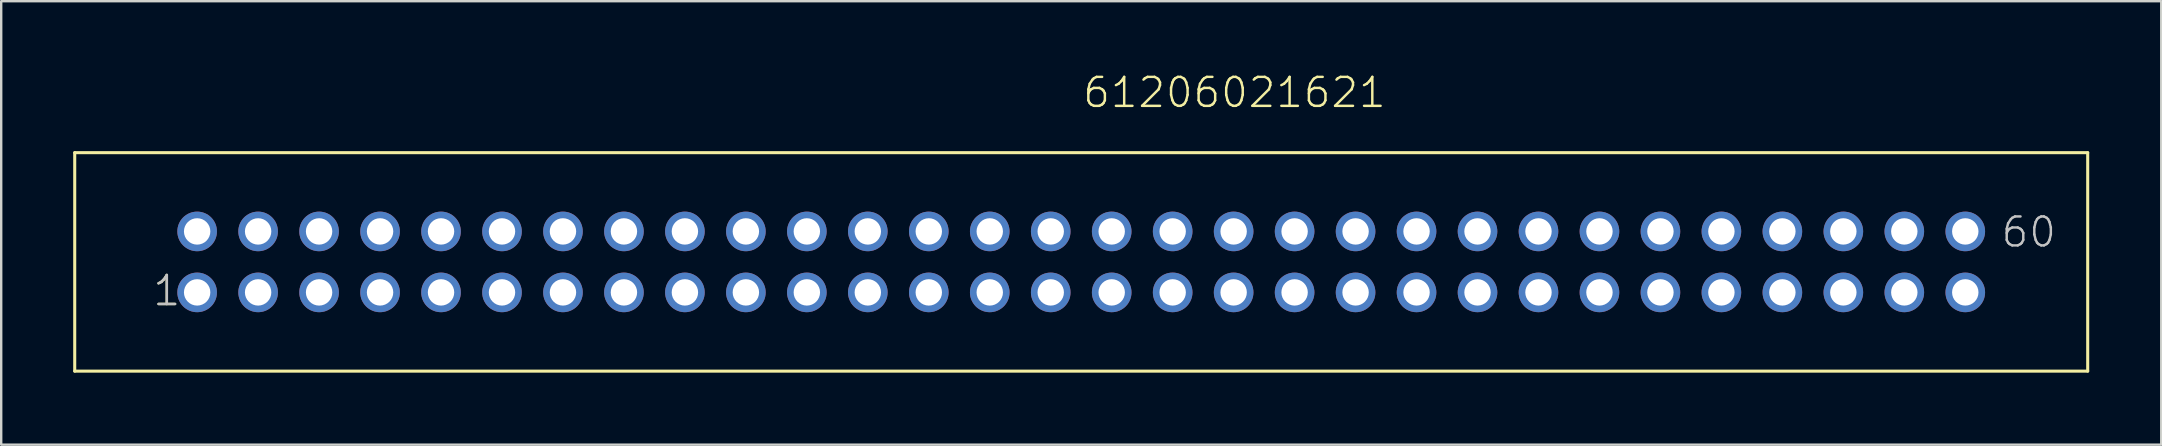
<source format=kicad_pcb>
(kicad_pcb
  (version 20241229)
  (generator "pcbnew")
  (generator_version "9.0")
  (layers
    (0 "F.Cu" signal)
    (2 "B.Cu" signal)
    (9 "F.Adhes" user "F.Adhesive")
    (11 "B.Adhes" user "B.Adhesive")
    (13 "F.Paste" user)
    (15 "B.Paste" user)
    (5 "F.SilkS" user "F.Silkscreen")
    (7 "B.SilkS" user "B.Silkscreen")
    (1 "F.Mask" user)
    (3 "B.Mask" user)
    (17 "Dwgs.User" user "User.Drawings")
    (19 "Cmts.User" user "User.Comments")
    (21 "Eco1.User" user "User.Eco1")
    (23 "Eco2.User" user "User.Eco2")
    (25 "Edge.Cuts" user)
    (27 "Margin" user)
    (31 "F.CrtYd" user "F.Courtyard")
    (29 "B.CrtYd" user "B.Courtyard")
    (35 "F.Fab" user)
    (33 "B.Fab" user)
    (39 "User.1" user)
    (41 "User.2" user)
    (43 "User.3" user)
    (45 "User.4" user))
  (footprint "61206021621"
    (layer "F.Cu")
    (at 41.993 7.861)
    (property "Reference" "61206021621" (at 0 -6.35 0) (layer "F.SilkS") (effects (font (size 1.206 1.206) (thickness 0.102)) (justify left bottom)))
    (attr through_hole)
    (fp_line (start -41.93 -4.55) (end 41.93 -4.55) (stroke (width 0.127) (type solid)) (layer "F.SilkS"))
    (fp_line (start -41.93 4.55) (end -41.93 -4.55) (stroke (width 0.127) (type solid)) (layer "F.SilkS"))
    (fp_line (start 41.93 -4.55) (end 41.93 4.55) (stroke (width 0.127) (type solid)) (layer "F.SilkS"))
    (fp_line (start 41.93 4.55) (end -41.93 4.55) (stroke (width 0.127) (type solid)) (layer "F.SilkS"))
    (fp_text user "1" (at -38.735 1.905 0) (layer "F.SilkS") (effects (font (size 1.206 1.206) (thickness 0.102)) (justify left bottom)))
    (fp_text user "1" (at -38.735 1.905 0) (layer "Dwgs.User") (effects (font (size 1.206 1.206) (thickness 0.102)) (justify left bottom)))
    (fp_text user "60" (at 38.26 -0.535 0) (layer "Dwgs.User") (effects (font (size 1.206 1.206) (thickness 0.102)) (justify left bottom)))
    (pad "1" thru_hole circle (at -36.83 1.27) (size 1.65 1.65) (drill 1.1) (layers "*.Cu" "*.Mask"))
    (pad "2" thru_hole circle (at -36.83 -1.27) (size 1.65 1.65) (drill 1.1) (layers "*.Cu" "*.Mask"))
    (pad "3" thru_hole circle (at -34.29 1.27) (size 1.65 1.65) (drill 1.1) (layers "*.Cu" "*.Mask"))
    (pad "4" thru_hole circle (at -34.29 -1.27) (size 1.65 1.65) (drill 1.1) (layers "*.Cu" "*.Mask"))
    (pad "5" thru_hole circle (at -31.75 1.27) (size 1.65 1.65) (drill 1.1) (layers "*.Cu" "*.Mask"))
    (pad "6" thru_hole circle (at -31.75 -1.27) (size 1.65 1.65) (drill 1.1) (layers "*.Cu" "*.Mask"))
    (pad "7" thru_hole circle (at -29.21 1.27) (size 1.65 1.65) (drill 1.1) (layers "*.Cu" "*.Mask"))
    (pad "8" thru_hole circle (at -29.21 -1.27) (size 1.65 1.65) (drill 1.1) (layers "*.Cu" "*.Mask"))
    (pad "9" thru_hole circle (at -26.67 1.27) (size 1.65 1.65) (drill 1.1) (layers "*.Cu" "*.Mask"))
    (pad "10" thru_hole circle (at -26.67 -1.27) (size 1.65 1.65) (drill 1.1) (layers "*.Cu" "*.Mask"))
    (pad "11" thru_hole circle (at -24.13 1.27) (size 1.65 1.65) (drill 1.1) (layers "*.Cu" "*.Mask"))
    (pad "12" thru_hole circle (at -24.13 -1.27) (size 1.65 1.65) (drill 1.1) (layers "*.Cu" "*.Mask"))
    (pad "13" thru_hole circle (at -21.59 1.27) (size 1.65 1.65) (drill 1.1) (layers "*.Cu" "*.Mask"))
    (pad "14" thru_hole circle (at -21.59 -1.27) (size 1.65 1.65) (drill 1.1) (layers "*.Cu" "*.Mask"))
    (pad "15" thru_hole circle (at -19.05 1.27) (size 1.65 1.65) (drill 1.1) (layers "*.Cu" "*.Mask"))
    (pad "16" thru_hole circle (at -19.05 -1.27) (size 1.65 1.65) (drill 1.1) (layers "*.Cu" "*.Mask"))
    (pad "17" thru_hole circle (at -16.51 1.27) (size 1.65 1.65) (drill 1.1) (layers "*.Cu" "*.Mask"))
    (pad "18" thru_hole circle (at -16.51 -1.27) (size 1.65 1.65) (drill 1.1) (layers "*.Cu" "*.Mask"))
    (pad "19" thru_hole circle (at -13.97 1.27) (size 1.65 1.65) (drill 1.1) (layers "*.Cu" "*.Mask"))
    (pad "20" thru_hole circle (at -13.97 -1.27) (size 1.65 1.65) (drill 1.1) (layers "*.Cu" "*.Mask"))
    (pad "21" thru_hole circle (at -11.43 1.27) (size 1.65 1.65) (drill 1.1) (layers "*.Cu" "*.Mask"))
    (pad "22" thru_hole circle (at -11.43 -1.27) (size 1.65 1.65) (drill 1.1) (layers "*.Cu" "*.Mask"))
    (pad "23" thru_hole circle (at -8.89 1.27) (size 1.65 1.65) (drill 1.1) (layers "*.Cu" "*.Mask"))
    (pad "24" thru_hole circle (at -8.89 -1.27) (size 1.65 1.65) (drill 1.1) (layers "*.Cu" "*.Mask"))
    (pad "25" thru_hole circle (at -6.35 1.27) (size 1.65 1.65) (drill 1.1) (layers "*.Cu" "*.Mask"))
    (pad "26" thru_hole circle (at -6.35 -1.27) (size 1.65 1.65) (drill 1.1) (layers "*.Cu" "*.Mask"))
    (pad "27" thru_hole circle (at -3.81 1.27) (size 1.65 1.65) (drill 1.1) (layers "*.Cu" "*.Mask"))
    (pad "28" thru_hole circle (at -3.81 -1.27) (size 1.65 1.65) (drill 1.1) (layers "*.Cu" "*.Mask"))
    (pad "29" thru_hole circle (at -1.27 1.27) (size 1.65 1.65) (drill 1.1) (layers "*.Cu" "*.Mask"))
    (pad "30" thru_hole circle (at -1.27 -1.27) (size 1.65 1.65) (drill 1.1) (layers "*.Cu" "*.Mask"))
    (pad "31" thru_hole circle (at 1.27 1.27) (size 1.65 1.65) (drill 1.1) (layers "*.Cu" "*.Mask"))
    (pad "32" thru_hole circle (at 1.27 -1.27) (size 1.65 1.65) (drill 1.1) (layers "*.Cu" "*.Mask"))
    (pad "33" thru_hole circle (at 3.81 1.27) (size 1.65 1.65) (drill 1.1) (layers "*.Cu" "*.Mask"))
    (pad "34" thru_hole circle (at 3.81 -1.27) (size 1.65 1.65) (drill 1.1) (layers "*.Cu" "*.Mask"))
    (pad "35" thru_hole circle (at 6.35 1.27) (size 1.65 1.65) (drill 1.1) (layers "*.Cu" "*.Mask"))
    (pad "36" thru_hole circle (at 6.35 -1.27) (size 1.65 1.65) (drill 1.1) (layers "*.Cu" "*.Mask"))
    (pad "37" thru_hole circle (at 8.89 1.27) (size 1.65 1.65) (drill 1.1) (layers "*.Cu" "*.Mask"))
    (pad "38" thru_hole circle (at 8.89 -1.27) (size 1.65 1.65) (drill 1.1) (layers "*.Cu" "*.Mask"))
    (pad "39" thru_hole circle (at 11.43 1.27) (size 1.65 1.65) (drill 1.1) (layers "*.Cu" "*.Mask"))
    (pad "40" thru_hole circle (at 11.43 -1.27) (size 1.65 1.65) (drill 1.1) (layers "*.Cu" "*.Mask"))
    (pad "41" thru_hole circle (at 13.97 1.27) (size 1.65 1.65) (drill 1.1) (layers "*.Cu" "*.Mask"))
    (pad "42" thru_hole circle (at 13.97 -1.27) (size 1.65 1.65) (drill 1.1) (layers "*.Cu" "*.Mask"))
    (pad "43" thru_hole circle (at 16.51 1.27) (size 1.65 1.65) (drill 1.1) (layers "*.Cu" "*.Mask"))
    (pad "44" thru_hole circle (at 16.51 -1.27) (size 1.65 1.65) (drill 1.1) (layers "*.Cu" "*.Mask"))
    (pad "45" thru_hole circle (at 19.05 1.27) (size 1.65 1.65) (drill 1.1) (layers "*.Cu" "*.Mask"))
    (pad "46" thru_hole circle (at 19.05 -1.27) (size 1.65 1.65) (drill 1.1) (layers "*.Cu" "*.Mask"))
    (pad "47" thru_hole circle (at 21.59 1.27) (size 1.65 1.65) (drill 1.1) (layers "*.Cu" "*.Mask"))
    (pad "48" thru_hole circle (at 21.59 -1.27) (size 1.65 1.65) (drill 1.1) (layers "*.Cu" "*.Mask"))
    (pad "49" thru_hole circle (at 24.13 1.27) (size 1.65 1.65) (drill 1.1) (layers "*.Cu" "*.Mask"))
    (pad "50" thru_hole circle (at 24.13 -1.27) (size 1.65 1.65) (drill 1.1) (layers "*.Cu" "*.Mask"))
    (pad "51" thru_hole circle (at 26.67 1.27) (size 1.65 1.65) (drill 1.1) (layers "*.Cu" "*.Mask"))
    (pad "52" thru_hole circle (at 26.67 -1.27) (size 1.65 1.65) (drill 1.1) (layers "*.Cu" "*.Mask"))
    (pad "53" thru_hole circle (at 29.21 1.27) (size 1.65 1.65) (drill 1.1) (layers "*.Cu" "*.Mask"))
    (pad "54" thru_hole circle (at 29.21 -1.27) (size 1.65 1.65) (drill 1.1) (layers "*.Cu" "*.Mask"))
    (pad "55" thru_hole circle (at 31.75 1.27) (size 1.65 1.65) (drill 1.1) (layers "*.Cu" "*.Mask"))
    (pad "56" thru_hole circle (at 31.75 -1.27) (size 1.65 1.65) (drill 1.1) (layers "*.Cu" "*.Mask"))
    (pad "57" thru_hole circle (at 34.29 1.27) (size 1.65 1.65) (drill 1.1) (layers "*.Cu" "*.Mask"))
    (pad "58" thru_hole circle (at 34.29 -1.27) (size 1.65 1.65) (drill 1.1) (layers "*.Cu" "*.Mask"))
    (pad "59" thru_hole circle (at 36.83 1.27) (size 1.65 1.65) (drill 1.1) (layers "*.Cu" "*.Mask"))
    (pad "60" thru_hole circle (at 36.83 -1.27) (size 1.65 1.65) (drill 1.1) (layers "*.Cu" "*.Mask")))
  (gr_rect
    (start -3 -3)
    (end 86.987 15.475)
    (stroke (width 0.1) (type default))
    (fill no)
    (layer "Edge.Cuts")))
</source>
